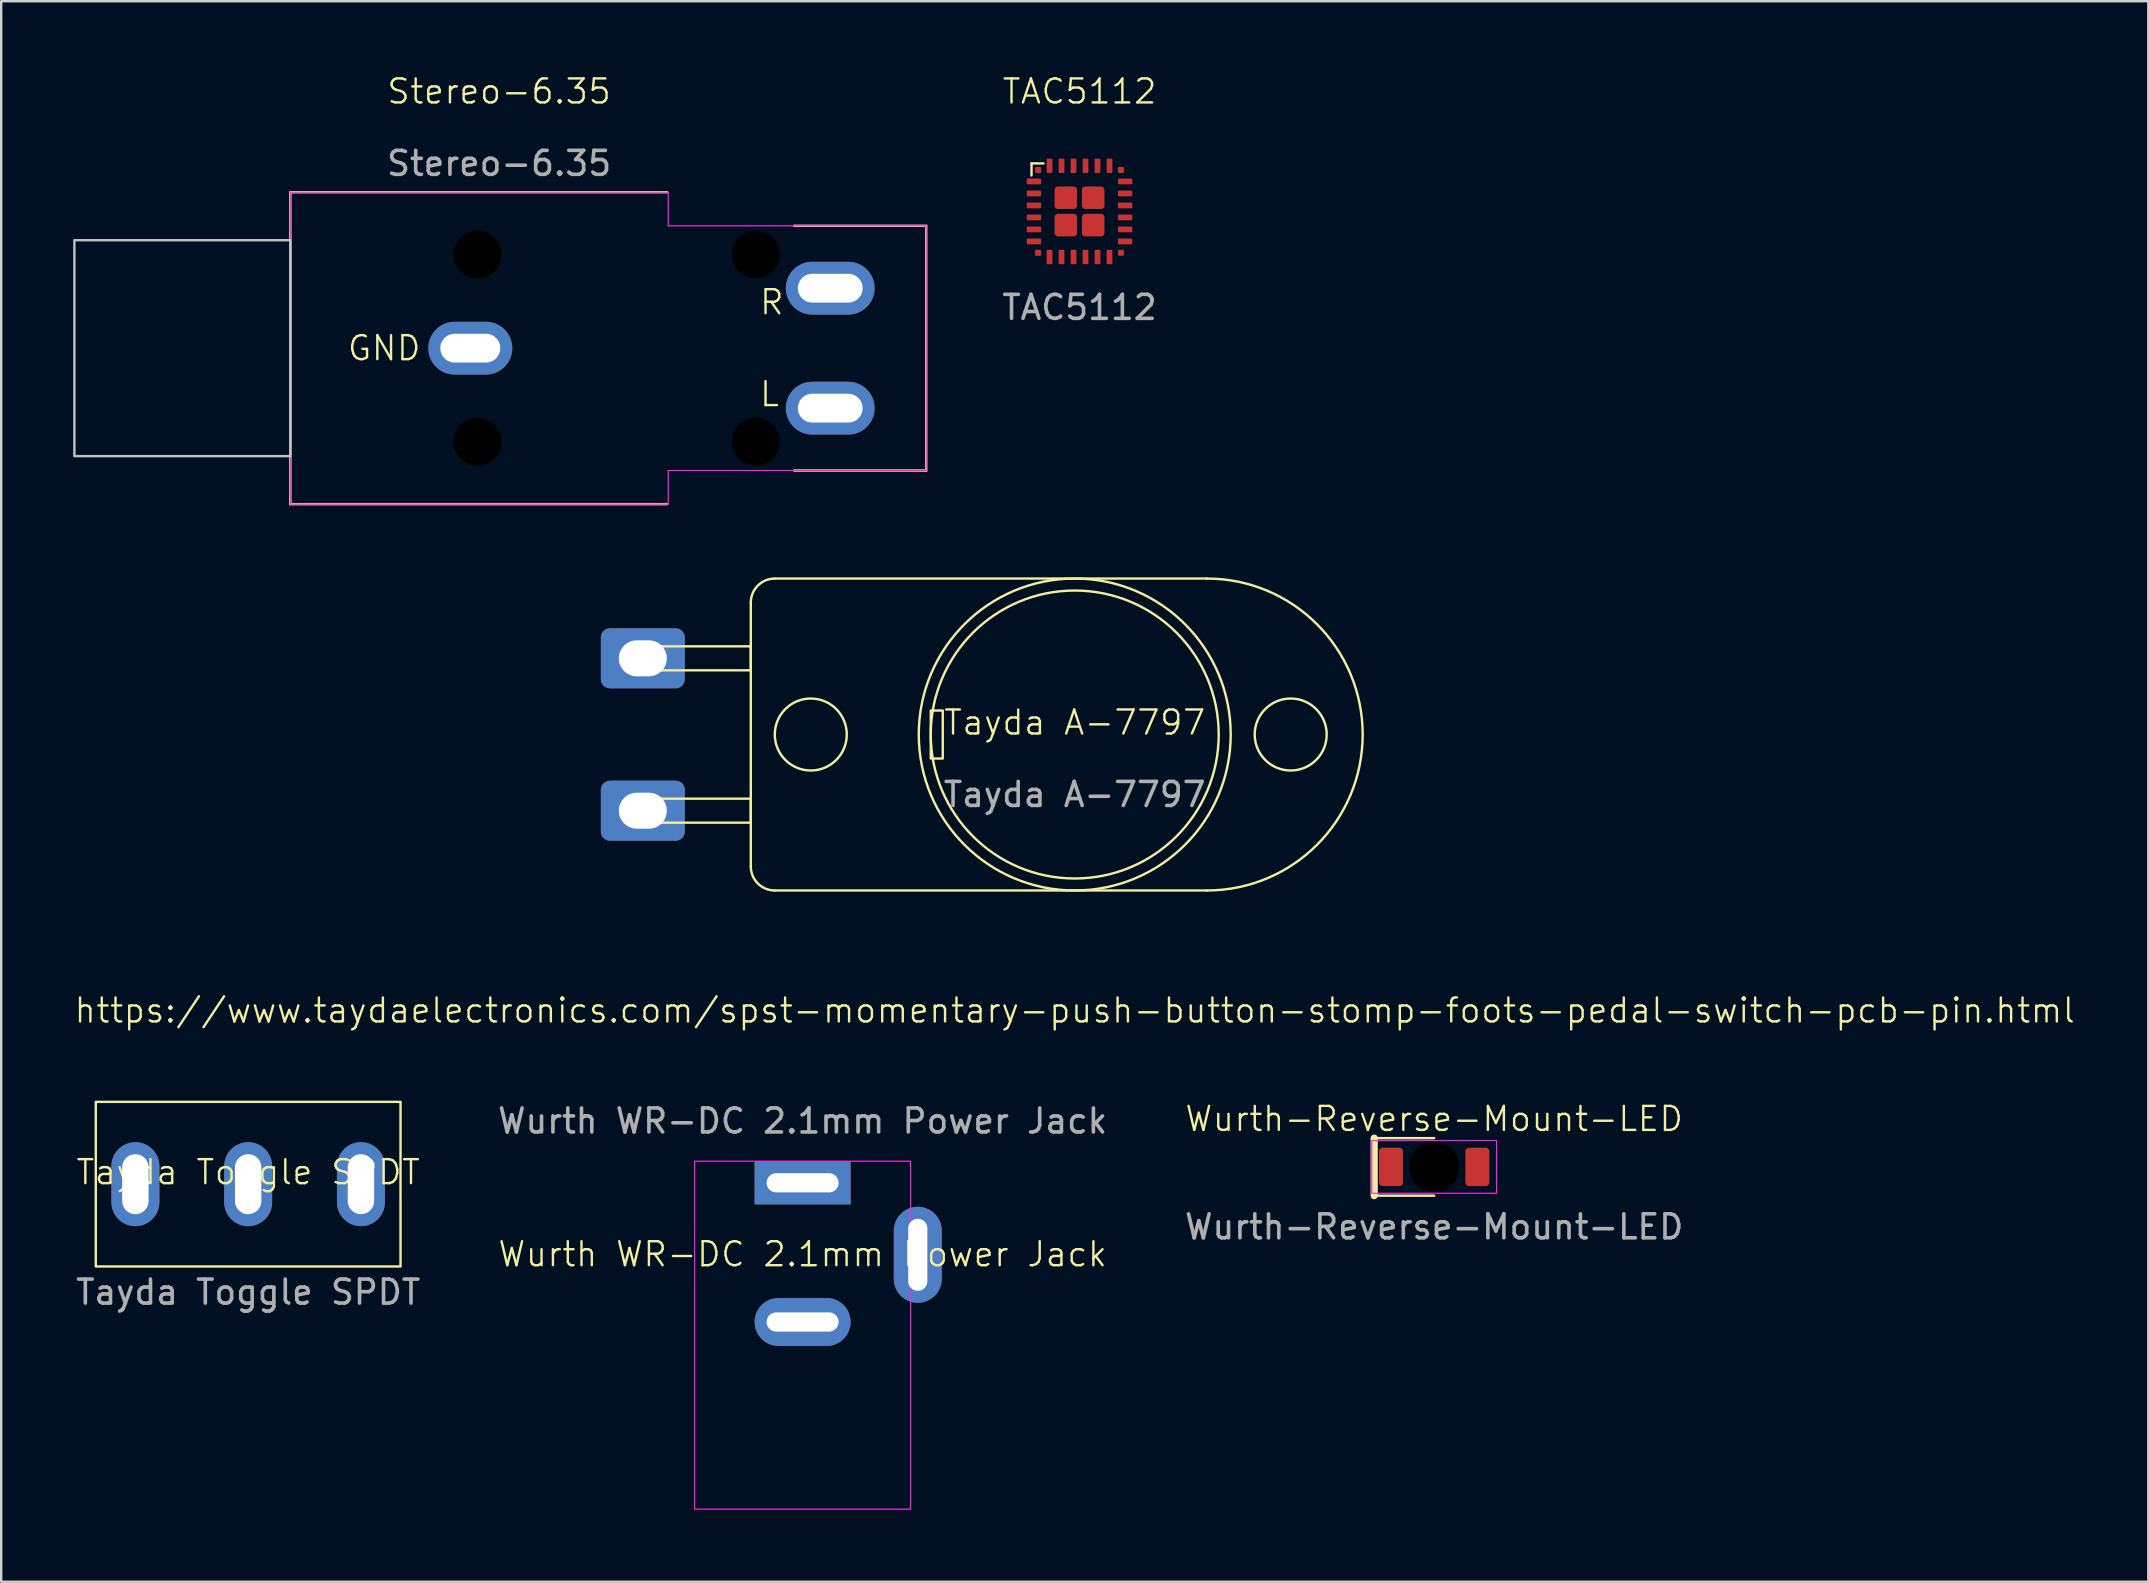
<source format=kicad_pcb>
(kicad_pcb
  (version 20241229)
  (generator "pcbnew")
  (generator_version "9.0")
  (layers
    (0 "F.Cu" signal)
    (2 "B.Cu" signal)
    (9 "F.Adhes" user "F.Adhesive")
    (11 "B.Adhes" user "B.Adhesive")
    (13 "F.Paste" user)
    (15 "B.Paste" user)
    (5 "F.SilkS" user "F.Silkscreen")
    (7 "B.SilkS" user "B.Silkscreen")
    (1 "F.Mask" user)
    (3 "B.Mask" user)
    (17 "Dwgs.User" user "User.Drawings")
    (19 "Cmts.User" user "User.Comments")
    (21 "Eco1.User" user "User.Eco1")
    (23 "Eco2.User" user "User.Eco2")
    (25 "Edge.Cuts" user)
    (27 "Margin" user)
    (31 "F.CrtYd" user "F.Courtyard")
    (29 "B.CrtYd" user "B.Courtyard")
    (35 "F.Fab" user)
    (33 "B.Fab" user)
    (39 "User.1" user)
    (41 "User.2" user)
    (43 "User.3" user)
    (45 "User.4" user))
  (footprint "Tayda Toggle SPDT"
    (layer "F.Cu")
    (at 7.292 46.301)
    (property "Reference" "Tayda Toggle SPDT" (at 0 -0.5 0) (unlocked yes) (layer "F.SilkS") (effects (font (size 1 1) (thickness 0.1))))
    (attr through_hole)
    (fp_rect (start -6.35 -3.43) (end 6.35 3.43) (stroke (width 0.1) (type default)) (fill no) (layer "F.SilkS"))
    (fp_text user "${REFERENCE}" (at 0 4.5 0) (unlocked yes) (layer "F.Fab") (effects (font (size 1 1) (thickness 0.15))))
    (pad "1" thru_hole oval (at -4.7 0) (size 2 3.5) (drill oval 1.1 2.5) (layers "*.Cu" "*.Mask"))
    (pad "2" thru_hole oval (at 0 0) (size 2 3.5) (drill oval 1.1 2.5) (layers "*.Cu" "*.Mask"))
    (pad "3" thru_hole oval (at 4.7 0) (size 2 3.5) (drill oval 1.1 2.5) (layers "*.Cu" "*.Mask")))
  (footprint "Stereo-6.35"
    (layer "F.Cu")
    (at 16.55 11.46)
    (property "Reference" "Stereo-6.35" (at 1.2 -10.7 0) (unlocked yes) (layer "F.SilkS") (effects (font (size 1 1) (thickness 0.1))))
    (attr through_hole)
    (fp_line (start -7.5 -6.5) (end -7.5 6.5) (stroke (width 0.1) (type default)) (layer "F.SilkS"))
    (fp_line (start -7.5 -6.5) (end 8.2 -6.5) (stroke (width 0.1) (type solid)) (layer "F.SilkS"))
    (fp_line (start -7.5 6.5) (end 8.2 6.5) (stroke (width 0.1) (type solid)) (layer "F.SilkS"))
    (fp_line (start 13.5 -5.1) (end 19 -5.1) (stroke (width 0.1) (type solid)) (layer "F.SilkS"))
    (fp_line (start 19 -5.1) (end 19 5.1) (stroke (width 0.1) (type solid)) (layer "F.SilkS"))
    (fp_line (start 19 5.1) (end 13.5 5.1) (stroke (width 0.1) (type solid)) (layer "F.SilkS"))
    (fp_rect (start -16.5 -4.5) (end -7.5 4.5) (stroke (width 0.1) (type solid)) (fill no) (layer "Dwgs.User"))
    (fp_line (start -7.5 -6.5) (end -7.5 6.5) (stroke (width 0.05) (type default)) (layer "F.CrtYd"))
    (fp_line (start -7.5 -6.5) (end 8.25 -6.5) (stroke (width 0.05) (type default)) (layer "F.CrtYd"))
    (fp_line (start 8.25 -5.1) (end 8.25 -6.5) (stroke (width 0.05) (type default)) (layer "F.CrtYd"))
    (fp_line (start 8.25 -5.1) (end 19 -5.1) (stroke (width 0.05) (type solid)) (layer "F.CrtYd"))
    (fp_line (start 8.25 6.5) (end -7.5 6.5) (stroke (width 0.05) (type default)) (layer "F.CrtYd"))
    (fp_line (start 8.25 6.5) (end 8.25 5.1) (stroke (width 0.05) (type default)) (layer "F.CrtYd"))
    (fp_line (start 19 5.1) (end 8.25 5.1) (stroke (width 0.05) (type solid)) (layer "F.CrtYd"))
    (fp_line (start 19 5.1) (end 19 -5.1) (stroke (width 0.05) (type solid)) (layer "F.CrtYd"))
    (fp_text user "L" (at 12 2.5 0) (unlocked yes) (layer "F.SilkS") (effects (font (size 1 1) (thickness 0.1)) (justify left bottom)))
    (fp_text user "R" (at 12 -2.5 0) (unlocked yes) (layer "F.SilkS") (effects (font (size 1 1) (thickness 0.1)) (justify left top)))
    (fp_text user "GND" (at -2 0 0) (unlocked yes) (layer "F.SilkS") (effects (font (size 1 1) (thickness 0.1)) (justify right)))
    (fp_text user "${REFERENCE}" (at 1.2 -7.7 0) (unlocked yes) (layer "F.Fab") (effects (font (size 1 1) (thickness 0.15))))
    (pad "" np_thru_hole circle (at 0.3 -3.9) (size 2.54 2.54) (drill 2) (layers "*.Mask"))
    (pad "" np_thru_hole circle (at 0.3 3.9) (size 2.54 2.54) (drill 2) (layers "*.Mask"))
    (pad "" np_thru_hole circle (at 11.9 -3.9) (size 2.54 2.54) (drill 2) (layers "*.Mask"))
    (pad "" np_thru_hole circle (at 11.9 3.9) (size 2.54 2.54) (drill 2) (layers "*.Mask"))
    (pad "R" thru_hole oval (at 15 -2.5) (size 3.7 2.2) (drill oval 2.7 1.2) (layers "*.Cu" "*.Mask"))
    (pad "S" thru_hole oval (at 0 0) (size 3.5 2.2) (drill oval 2.5 1.2) (layers "*.Cu" "*.Mask"))
    (pad "T" thru_hole oval (at 15 2.5) (size 3.7 2.2) (drill oval 2.7 1.2) (layers "*.Cu" "*.Mask")))
  (footprint "Tayda A-7797"
    (layer "F.Cu")
    (at 41.74 27.561)
    (property "Reference" "Tayda A-7797" (at 0 -0.5 0) (unlocked yes) (layer "F.SilkS") (effects (font (size 1 1) (thickness 0.1))))
    (property "Tayda" "https://www.taydaelectronics.com/spst-momentary-push-button-stomp-foots-pedal-switch-pcb-pin.html" (at 0 11.5 0) (layer "F.SilkS") (effects (font (size 1 1) (thickness 0.1))))
    (attr through_hole)
    (fp_line (start -13.5 -5.5) (end -13.5 5.5) (stroke (width 0.1) (type default)) (layer "F.SilkS"))
    (fp_line (start -12.5 6.5) (end 5.5 6.5) (stroke (width 0.1) (type default)) (layer "F.SilkS"))
    (fp_line (start 5.5 -6.5) (end -12.5 -6.5) (stroke (width 0.1) (type default)) (layer "F.SilkS"))
    (fp_rect (start -18.5 -3.675) (end -13.5 -2.675) (stroke (width 0.1) (type solid)) (fill no) (layer "F.SilkS"))
    (fp_rect (start -18.5 2.675) (end -13.5 3.675) (stroke (width 0.1) (type solid)) (fill no) (layer "F.SilkS"))
    (fp_rect (start -6 -1) (end -5.5 1) (stroke (width 0.1) (type solid)) (fill no) (layer "F.SilkS"))
    (fp_arc (start -13.5 -5.5) (mid -13.207107 -6.207107) (end -12.5 -6.5) (stroke (width 0.1) (type default)) (layer "F.SilkS"))
    (fp_arc (start -12.5 6.5) (mid -13.207107 6.207107) (end -13.5 5.5) (stroke (width 0.1) (type default)) (layer "F.SilkS"))
    (fp_arc (start 5.5 -6.5) (mid 12 0) (end 5.5 6.5) (stroke (width 0.1) (type solid)) (layer "F.SilkS"))
    (fp_circle (center -11 0) (end -9.5 0) (stroke (width 0.1) (type solid)) (fill no) (layer "F.SilkS"))
    (fp_circle (center 0 0) (end 0 -6.5) (stroke (width 0.1) (type default)) (fill no) (layer "F.SilkS"))
    (fp_circle (center 0 0) (end 0 -6) (stroke (width 0.1) (type default)) (fill no) (layer "F.SilkS"))
    (fp_circle (center 9 0) (end 10.5 0) (stroke (width 0.1) (type solid)) (fill no) (layer "F.SilkS"))
    (fp_text user "${REFERENCE}" (at 0 2.5 0) (unlocked yes) (layer "F.Fab") (effects (font (size 1 1) (thickness 0.15))))
    (pad "1" thru_hole roundrect (at -18 -3.175) (size 3.5 2.5) (drill oval 2 1.5) (layers "*.Cu" "*.Mask") (roundrect_rratio 0.15))
    (pad "2" thru_hole roundrect (at -18 3.175) (size 3.5 2.5) (drill oval 2 1.5) (layers "*.Cu" "*.Mask") (roundrect_rratio 0.15)))
  (footprint "Wurth WR-DC 2.1mm Power Jack"
    (layer "F.Cu")
    (at 30.399 46.219)
    (property "Reference" "Wurth WR-DC 2.1mm Power Jack" (at 0 3 0) (unlocked yes) (layer "F.SilkS") (effects (font (size 1 1) (thickness 0.1))))
    (attr through_hole)
    (fp_rect (start -4.5 -0.875) (end 4.5 13.625) (stroke (width 0.05) (type default)) (fill no) (layer "F.CrtYd"))
    (fp_text user "${REFERENCE}" (at 0 -2.55 0) (unlocked yes) (layer "F.Fab") (effects (font (size 1 1) (thickness 0.15))))
    (pad "1" thru_hole rect (at 0 0.025) (size 4 1.8) (drill oval 3 0.8) (layers "*.Cu" "*.Mask"))
    (pad "2" thru_hole oval (at 0 5.825) (size 4 2) (drill oval 3 0.8) (layers "*.Cu" "*.Mask"))
    (pad "3" thru_hole oval (at 4.8 3.025) (size 2 4) (drill oval 0.8 3) (layers "*.Cu" "*.Mask")))
  (footprint "TAC5112"
    (layer "F.Cu")
    (at 41.939 5.761)
    (property "Reference" "TAC5112" (at 0 -5 0) (unlocked yes) (layer "F.SilkS") (effects (font (size 1 1) (thickness 0.1))))
    (attr smd)
    (fp_line (start -2 -1.5) (end -2 -2) (stroke (width 0.1) (type default)) (layer "F.SilkS"))
    (fp_line (start -1.5 -2) (end -2 -2) (stroke (width 0.1) (type solid)) (layer "F.SilkS"))
    (fp_text user "${REFERENCE}" (at 0 4 0) (unlocked yes) (layer "F.Fab") (effects (font (size 1 1) (thickness 0.15))))
    (pad "1" smd roundrect (at -1.9 -1.25) (size 0.6 0.24) (layers "F.Cu" "F.Mask" "F.Paste") (roundrect_rratio 0.15))
    (pad "2" smd roundrect (at -1.9 -0.75) (size 0.6 0.24) (layers "F.Cu" "F.Mask" "F.Paste") (roundrect_rratio 0.15))
    (pad "3" smd roundrect (at -1.9 -0.25) (size 0.6 0.24) (layers "F.Cu" "F.Mask" "F.Paste") (roundrect_rratio 0.15))
    (pad "4" smd roundrect (at -1.9 0.25) (size 0.6 0.24) (layers "F.Cu" "F.Mask" "F.Paste") (roundrect_rratio 0.15))
    (pad "5" smd roundrect (at -1.9 0.75) (size 0.6 0.24) (layers "F.Cu" "F.Mask" "F.Paste") (roundrect_rratio 0.15))
    (pad "6" smd roundrect (at -1.9 1.25) (size 0.6 0.24) (layers "F.Cu" "F.Mask" "F.Paste") (roundrect_rratio 0.15))
    (pad "7" smd roundrect (at -1.25 1.9 90) (size 0.6 0.24) (layers "F.Cu" "F.Mask" "F.Paste") (roundrect_rratio 0.15))
    (pad "8" smd roundrect (at -0.75 1.9 90) (size 0.6 0.24) (layers "F.Cu" "F.Mask" "F.Paste") (roundrect_rratio 0.15))
    (pad "9" smd roundrect (at -0.25 1.9 90) (size 0.6 0.24) (layers "F.Cu" "F.Mask" "F.Paste") (roundrect_rratio 0.15))
    (pad "10" smd roundrect (at 0.25 1.9 90) (size 0.6 0.24) (layers "F.Cu" "F.Mask" "F.Paste") (roundrect_rratio 0.15))
    (pad "11" smd roundrect (at 0.75 1.9 90) (size 0.6 0.24) (layers "F.Cu" "F.Mask" "F.Paste") (roundrect_rratio 0.15))
    (pad "12" smd roundrect (at 1.25 1.9 90) (size 0.6 0.24) (layers "F.Cu" "F.Mask" "F.Paste") (roundrect_rratio 0.15))
    (pad "13" smd roundrect (at 1.9 1.25 180) (size 0.6 0.24) (layers "F.Cu" "F.Mask" "F.Paste") (roundrect_rratio 0.15))
    (pad "14" smd roundrect (at 1.9 0.75 180) (size 0.6 0.24) (layers "F.Cu" "F.Mask" "F.Paste") (roundrect_rratio 0.15))
    (pad "15" smd roundrect (at 1.9 0.25 180) (size 0.6 0.24) (layers "F.Cu" "F.Mask" "F.Paste") (roundrect_rratio 0.15))
    (pad "16" smd roundrect (at 1.9 -0.25 180) (size 0.6 0.24) (layers "F.Cu" "F.Mask" "F.Paste") (roundrect_rratio 0.15))
    (pad "17" smd roundrect (at 1.9 -0.75 180) (size 0.6 0.24) (layers "F.Cu" "F.Mask" "F.Paste") (roundrect_rratio 0.15))
    (pad "18" smd roundrect (at 1.9 -1.25 180) (size 0.6 0.24) (layers "F.Cu" "F.Mask" "F.Paste") (roundrect_rratio 0.15))
    (pad "19" smd roundrect (at 1.25 -1.9 270) (size 0.6 0.24) (layers "F.Cu" "F.Mask" "F.Paste") (roundrect_rratio 0.15))
    (pad "20" smd roundrect (at 0.75 -1.9 270) (size 0.6 0.24) (layers "F.Cu" "F.Mask" "F.Paste") (roundrect_rratio 0.15))
    (pad "21" smd roundrect (at 0.25 -1.9 270) (size 0.6 0.24) (layers "F.Cu" "F.Mask" "F.Paste") (roundrect_rratio 0.15))
    (pad "22" smd roundrect (at -0.25 -1.9 270) (size 0.6 0.24) (layers "F.Cu" "F.Mask" "F.Paste") (roundrect_rratio 0.15))
    (pad "23" smd roundrect (at -0.75 -1.9 270) (size 0.6 0.24) (layers "F.Cu" "F.Mask" "F.Paste") (roundrect_rratio 0.15))
    (pad "24" smd roundrect (at -1.25 -1.9 270) (size 0.6 0.24) (layers "F.Cu" "F.Mask" "F.Paste") (roundrect_rratio 0.15))
    (pad "A1" smd roundrect (at -1.725 -1.725 270) (size 0.25 0.25) (layers "F.Cu" "F.Mask" "F.Paste") (roundrect_rratio 0.15))
    (pad "A2" smd roundrect (at -1.725 1.725 270) (size 0.25 0.25) (layers "F.Cu" "F.Mask" "F.Paste") (roundrect_rratio 0.15))
    (pad "A3" smd roundrect (at 1.725 1.725 270) (size 0.25 0.25) (layers "F.Cu" "F.Mask" "F.Paste") (roundrect_rratio 0.15))
    (pad "A4" smd roundrect (at 1.725 -1.725 270) (size 0.25 0.25) (layers "F.Cu" "F.Mask" "F.Paste") (roundrect_rratio 0.15))
    (pad "PAD" smd roundrect (at -0.57 -0.57 270) (size 0.94 0.94) (layers "F.Cu" "F.Mask" "F.Paste") (roundrect_rratio 0.15))
    (pad "PAD" smd roundrect (at -0.57 0.57 270) (size 0.94 0.94) (layers "F.Cu" "F.Mask" "F.Paste") (roundrect_rratio 0.15))
    (pad "PAD" smd roundrect (at 0.57 -0.57 270) (size 0.94 0.94) (layers "F.Cu" "F.Mask" "F.Paste") (roundrect_rratio 0.15))
    (pad "PAD" smd roundrect (at 0.57 0.57 270) (size 0.94 0.94) (layers "F.Cu" "F.Mask" "F.Paste") (roundrect_rratio 0.15)))
  (footprint "Wurth-Reverse-Mount-LED"
    (layer "F.Cu")
    (at 56.72 45.581)
    (property "Reference" "Wurth-Reverse-Mount-LED" (at 0 -2 0) (unlocked yes) (layer "F.SilkS") (effects (font (size 1 1) (thickness 0.1))))
    (attr smd)
    (fp_line (start -2.5 -1.2) (end -2.5 1.2) (stroke (width 0.3) (type solid)) (layer "F.SilkS"))
    (fp_line (start -2.5 1.2) (end 0 1.2) (stroke (width 0.1) (type default)) (layer "F.SilkS"))
    (fp_line (start 0 -1.2) (end -2.5 -1.2) (stroke (width 0.1) (type default)) (layer "F.SilkS"))
    (fp_rect (start -2.6 -1.1) (end 2.6 1.1) (stroke (width 0.05) (type solid)) (fill no) (layer "F.CrtYd"))
    (fp_text user "${REFERENCE}" (at 0 2.5 0) (unlocked yes) (layer "F.Fab") (effects (font (size 1 1) (thickness 0.15))))
    (pad "" np_thru_hole circle (at 0 0) (size 2.1 2.1) (drill 2.1) (layers "*.Mask"))
    (pad "1" smd roundrect (at -1.8 0) (size 1 1.6) (layers "F.Cu" "F.Mask" "F.Paste") (roundrect_rratio 0.15))
    (pad "2" smd roundrect (at 1.8 0) (size 1 1.6) (layers "F.Cu" "F.Mask" "F.Paste") (roundrect_rratio 0.15)))
  (gr_rect
    (start -3 -3)
    (end 86.481 62.869)
    (stroke (width 0.1) (type default))
    (fill no)
    (layer "Edge.Cuts")))
</source>
